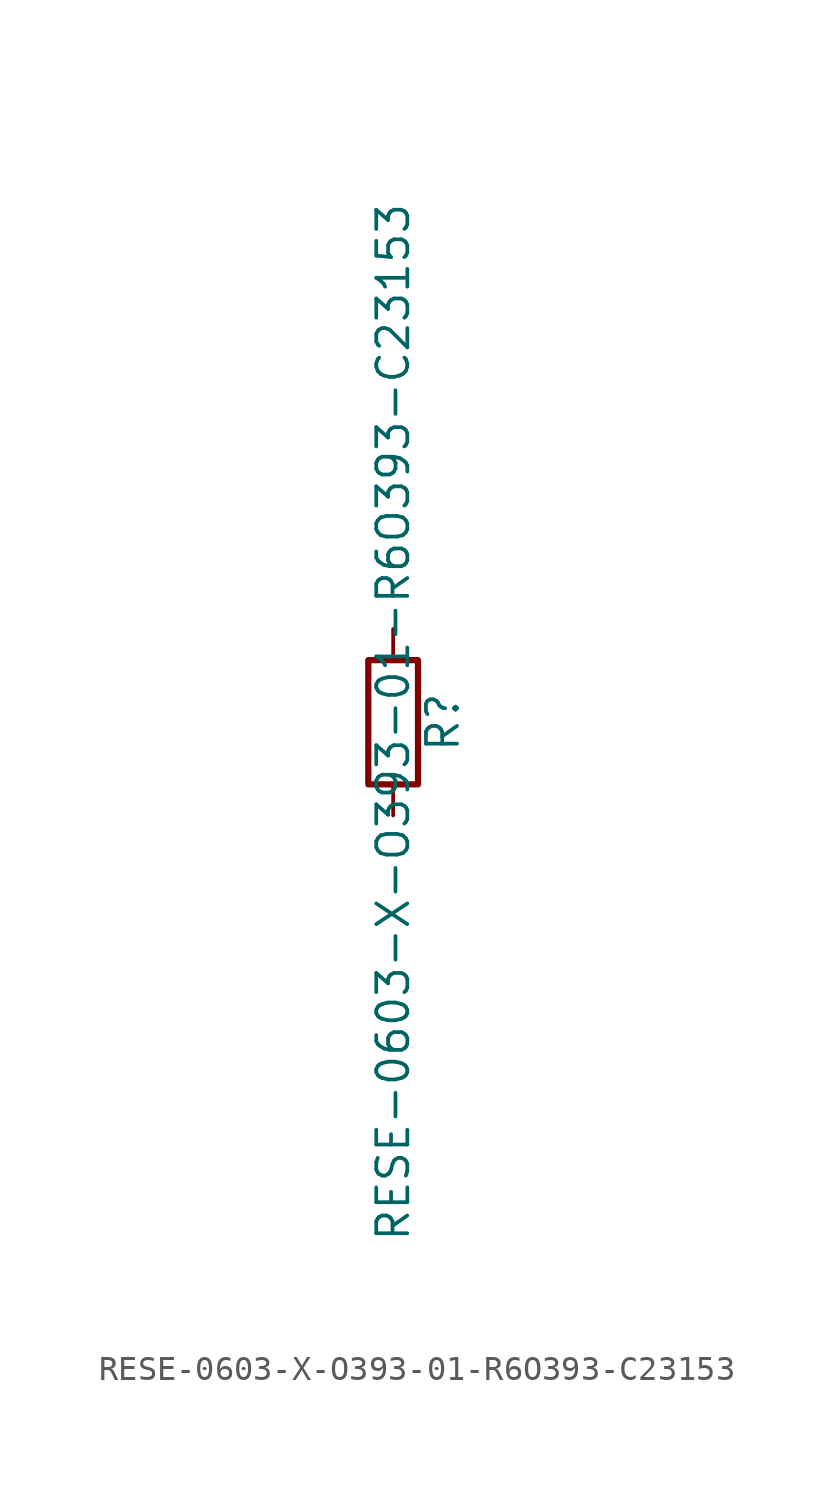
<source format=kicad_sym>
(kicad_symbol_lib
  (version 20211014)
  (generator kicad_symbol_editor)
  (symbol "RESE-0603-X-O393-01-R6O393-C23153"
    (pin_numbers hide)
    (pin_names
      (offset 0))
    (property "Reference" "R"
      (at 2.032 0 90)
      (effects (font (size 1.27 1.27))))
    (property "Value" "RESE-0603-X-O393-01-R6O393-C23153"
      (at 0 0 90)
      (effects (font (size 1.27 1.27))))
    (symbol "RESE-0603-X-O393-01-R6O393-C23153_0_1"
      (rectangle (start -1.016 -2.54) (end 1.016 2.54) (stroke (width 0.254) (type default) (color 0 0 0 0)) (fill (type none))))
    (symbol "RESE-0603-X-O393-01-R6O393-C23153_1_1"
      (pin passive line (at 0 3.81 270) (length 1.27) (name "~" (effects (font (size 1.27 1.27)))) (number "1" (effects (font (size 1.27 1.27)))))
      (pin passive line (at 0 -3.81 90) (length 1.27) (name "~" (effects (font (size 1.27 1.27)))) (number "2" (effects (font (size 1.27 1.27))))))))
</source>
